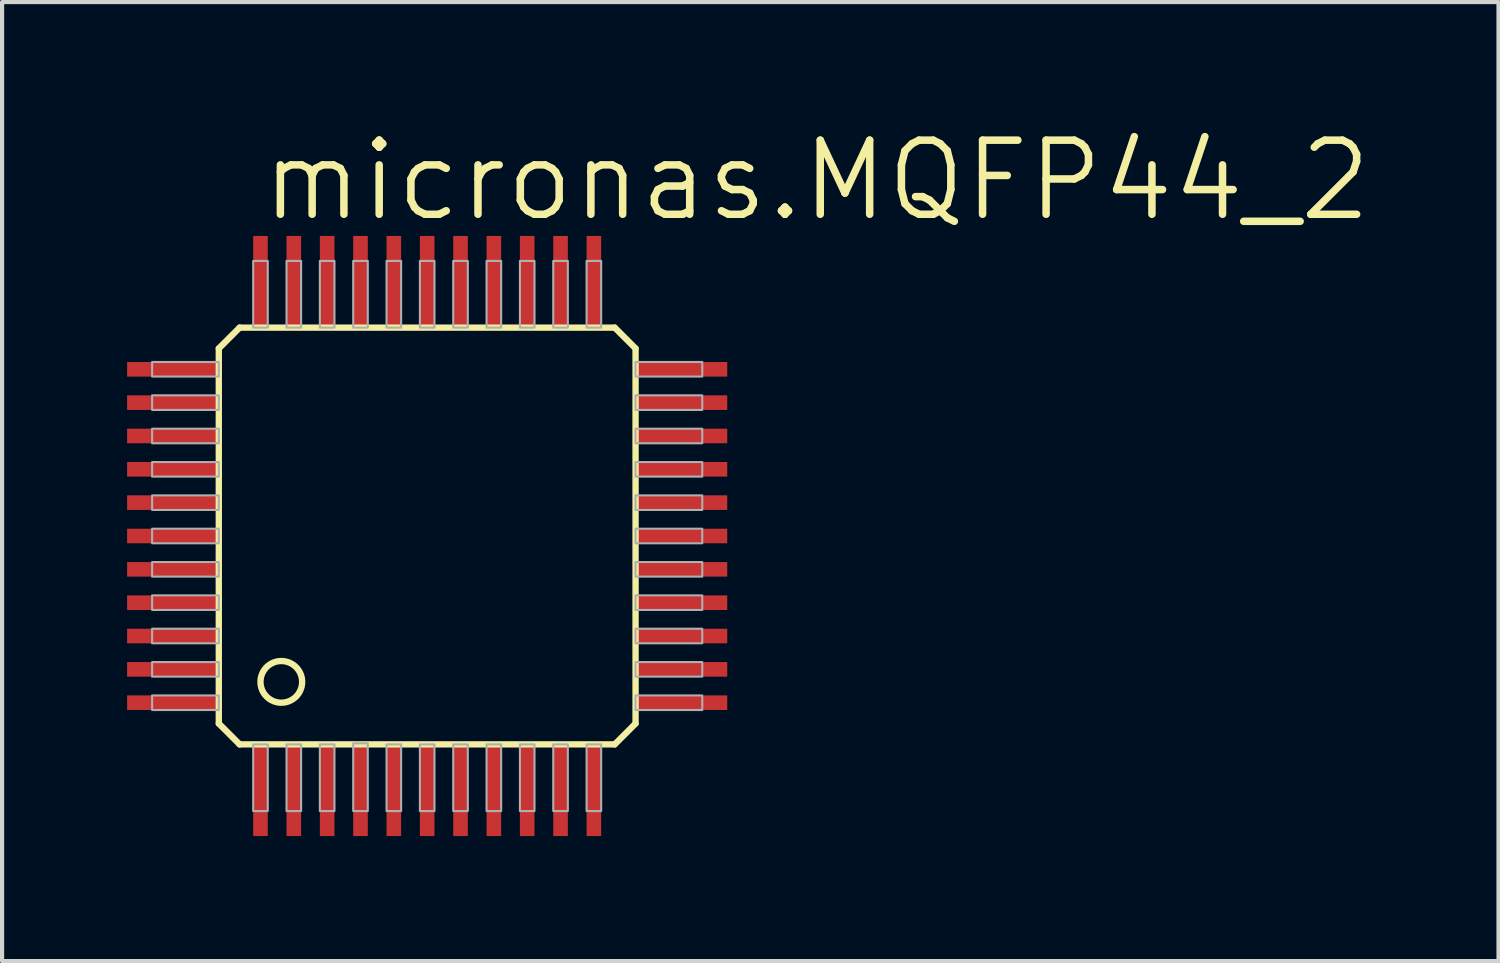
<source format=kicad_pcb>
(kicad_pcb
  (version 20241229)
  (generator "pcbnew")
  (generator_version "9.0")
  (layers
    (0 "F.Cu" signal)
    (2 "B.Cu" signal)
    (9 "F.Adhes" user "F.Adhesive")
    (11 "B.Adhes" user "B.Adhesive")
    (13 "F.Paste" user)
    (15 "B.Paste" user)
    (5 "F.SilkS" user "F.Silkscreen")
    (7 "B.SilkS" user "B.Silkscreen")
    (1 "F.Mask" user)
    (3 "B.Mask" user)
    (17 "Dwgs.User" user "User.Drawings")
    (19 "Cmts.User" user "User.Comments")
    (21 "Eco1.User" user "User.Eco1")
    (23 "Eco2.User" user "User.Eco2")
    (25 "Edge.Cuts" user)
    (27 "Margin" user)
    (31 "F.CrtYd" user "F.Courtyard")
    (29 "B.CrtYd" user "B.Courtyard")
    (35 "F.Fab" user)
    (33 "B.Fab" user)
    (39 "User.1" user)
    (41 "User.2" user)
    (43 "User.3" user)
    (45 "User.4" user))
  (footprint "micronas.MQFP44_2"
    (layer "F.Cu")
    (at 7.2 9.811)
    (property "Reference" "micronas.MQFP44_2" (at -4.064 -7.493 0) (layer "F.SilkS") (effects (font (size 1.778 1.778) (thickness 0.18)) (justify left bottom)))
    (attr smd)
    (fp_line (start -5 -4.5) (end -5 4.5) (stroke (width 0.152) (type default)) (layer "F.SilkS"))
    (fp_line (start -5 4.5) (end -4.5 5) (stroke (width 0.152) (type default)) (layer "F.SilkS"))
    (fp_line (start -4.5 -5) (end -5 -4.5) (stroke (width 0.152) (type default)) (layer "F.SilkS"))
    (fp_line (start -4.5 5) (end 4.5 5) (stroke (width 0.152) (type default)) (layer "F.SilkS"))
    (fp_line (start 4.5 -5) (end -4.5 -5) (stroke (width 0.152) (type default)) (layer "F.SilkS"))
    (fp_line (start 4.5 5) (end 5 4.5) (stroke (width 0.152) (type default)) (layer "F.SilkS"))
    (fp_line (start 5 -4.5) (end 4.5 -5) (stroke (width 0.152) (type default)) (layer "F.SilkS"))
    (fp_line (start 5 4.5) (end 5 -4.5) (stroke (width 0.152) (type default)) (layer "F.SilkS"))
    (fp_circle (center -3.5 3.5) (end -3 3.5) (stroke (width 0.152) (type default)) (fill no) (layer "F.SilkS"))
    (fp_rect (start -6.6 -3.825) (end -5 -4.175) (stroke (width 0.05) (type default)) (fill no) (layer "F.Fab"))
    (fp_rect (start -6.6 -3.025) (end -5 -3.375) (stroke (width 0.05) (type default)) (fill no) (layer "F.Fab"))
    (fp_rect (start -6.6 -2.225) (end -5 -2.575) (stroke (width 0.05) (type default)) (fill no) (layer "F.Fab"))
    (fp_rect (start -6.6 -1.425) (end -5 -1.775) (stroke (width 0.05) (type default)) (fill no) (layer "F.Fab"))
    (fp_rect (start -6.6 -0.625) (end -5 -0.975) (stroke (width 0.05) (type default)) (fill no) (layer "F.Fab"))
    (fp_rect (start -6.6 0.175) (end -5 -0.175) (stroke (width 0.05) (type default)) (fill no) (layer "F.Fab"))
    (fp_rect (start -6.6 0.975) (end -5 0.625) (stroke (width 0.05) (type default)) (fill no) (layer "F.Fab"))
    (fp_rect (start -6.6 1.775) (end -5 1.425) (stroke (width 0.05) (type default)) (fill no) (layer "F.Fab"))
    (fp_rect (start -6.6 2.575) (end -5 2.225) (stroke (width 0.05) (type default)) (fill no) (layer "F.Fab"))
    (fp_rect (start -6.6 3.375) (end -5 3.025) (stroke (width 0.05) (type default)) (fill no) (layer "F.Fab"))
    (fp_rect (start -6.6 4.175) (end -5 3.825) (stroke (width 0.05) (type default)) (fill no) (layer "F.Fab"))
    (fp_rect (start -4.175 -5) (end -3.825 -6.6) (stroke (width 0.05) (type default)) (fill no) (layer "F.Fab"))
    (fp_rect (start -4.175 6.6) (end -3.825 5) (stroke (width 0.05) (type default)) (fill no) (layer "F.Fab"))
    (fp_rect (start -3.375 -5) (end -3.025 -6.6) (stroke (width 0.05) (type default)) (fill no) (layer "F.Fab"))
    (fp_rect (start -3.375 6.6) (end -3.025 5) (stroke (width 0.05) (type default)) (fill no) (layer "F.Fab"))
    (fp_rect (start -2.575 -5) (end -2.225 -6.6) (stroke (width 0.05) (type default)) (fill no) (layer "F.Fab"))
    (fp_rect (start -2.575 6.6) (end -2.225 5) (stroke (width 0.05) (type default)) (fill no) (layer "F.Fab"))
    (fp_rect (start -1.775 -5) (end -1.425 -6.6) (stroke (width 0.05) (type default)) (fill no) (layer "F.Fab"))
    (fp_rect (start -1.775 6.6) (end -1.425 4.975) (stroke (width 0.05) (type default)) (fill no) (layer "F.Fab"))
    (fp_rect (start -0.975 -5) (end -0.625 -6.6) (stroke (width 0.05) (type default)) (fill no) (layer "F.Fab"))
    (fp_rect (start -0.975 6.6) (end -0.625 5) (stroke (width 0.05) (type default)) (fill no) (layer "F.Fab"))
    (fp_rect (start -0.175 -5) (end 0.175 -6.6) (stroke (width 0.05) (type default)) (fill no) (layer "F.Fab"))
    (fp_rect (start -0.175 6.6) (end 0.175 5) (stroke (width 0.05) (type default)) (fill no) (layer "F.Fab"))
    (fp_rect (start 0.625 -5) (end 0.975 -6.6) (stroke (width 0.05) (type default)) (fill no) (layer "F.Fab"))
    (fp_rect (start 0.625 6.6) (end 0.975 5) (stroke (width 0.05) (type default)) (fill no) (layer "F.Fab"))
    (fp_rect (start 1.425 -5) (end 1.775 -6.6) (stroke (width 0.05) (type default)) (fill no) (layer "F.Fab"))
    (fp_rect (start 1.425 6.6) (end 1.775 5) (stroke (width 0.05) (type default)) (fill no) (layer "F.Fab"))
    (fp_rect (start 2.225 -5) (end 2.575 -6.6) (stroke (width 0.05) (type default)) (fill no) (layer "F.Fab"))
    (fp_rect (start 2.225 6.6) (end 2.575 5) (stroke (width 0.05) (type default)) (fill no) (layer "F.Fab"))
    (fp_rect (start 3.025 -5) (end 3.375 -6.6) (stroke (width 0.05) (type default)) (fill no) (layer "F.Fab"))
    (fp_rect (start 3.025 6.6) (end 3.375 5) (stroke (width 0.05) (type default)) (fill no) (layer "F.Fab"))
    (fp_rect (start 3.825 -5) (end 4.175 -6.6) (stroke (width 0.05) (type default)) (fill no) (layer "F.Fab"))
    (fp_rect (start 3.825 6.6) (end 4.175 5) (stroke (width 0.05) (type default)) (fill no) (layer "F.Fab"))
    (fp_rect (start 5 -3.825) (end 6.6 -4.175) (stroke (width 0.05) (type default)) (fill no) (layer "F.Fab"))
    (fp_rect (start 5 -3.025) (end 6.6 -3.375) (stroke (width 0.05) (type default)) (fill no) (layer "F.Fab"))
    (fp_rect (start 5 -2.225) (end 6.6 -2.575) (stroke (width 0.05) (type default)) (fill no) (layer "F.Fab"))
    (fp_rect (start 5 -1.425) (end 6.6 -1.775) (stroke (width 0.05) (type default)) (fill no) (layer "F.Fab"))
    (fp_rect (start 5 -0.625) (end 6.6 -0.975) (stroke (width 0.05) (type default)) (fill no) (layer "F.Fab"))
    (fp_rect (start 5 0.175) (end 6.6 -0.175) (stroke (width 0.05) (type default)) (fill no) (layer "F.Fab"))
    (fp_rect (start 5 0.975) (end 6.6 0.625) (stroke (width 0.05) (type default)) (fill no) (layer "F.Fab"))
    (fp_rect (start 5 1.775) (end 6.6 1.425) (stroke (width 0.05) (type default)) (fill no) (layer "F.Fab"))
    (fp_rect (start 5 2.575) (end 6.6 2.225) (stroke (width 0.05) (type default)) (fill no) (layer "F.Fab"))
    (fp_rect (start 5 3.375) (end 6.6 3.025) (stroke (width 0.05) (type default)) (fill no) (layer "F.Fab"))
    (fp_rect (start 5 4.175) (end 6.6 3.825) (stroke (width 0.05) (type default)) (fill no) (layer "F.Fab"))
    (pad "1" smd roundrect (at -4 6.1) (size 0.35 2.2) (layers "F.Cu" "F.Mask" "F.Paste") (roundrect_rratio 0.01))
    (pad "2" smd roundrect (at -3.2 6.1) (size 0.35 2.2) (layers "F.Cu" "F.Mask" "F.Paste") (roundrect_rratio 0.01))
    (pad "3" smd roundrect (at -2.4 6.1) (size 0.35 2.2) (layers "F.Cu" "F.Mask" "F.Paste") (roundrect_rratio 0.01))
    (pad "4" smd roundrect (at -1.6 6.1) (size 0.35 2.2) (layers "F.Cu" "F.Mask" "F.Paste") (roundrect_rratio 0.01))
    (pad "5" smd roundrect (at -0.8 6.1) (size 0.35 2.2) (layers "F.Cu" "F.Mask" "F.Paste") (roundrect_rratio 0.01))
    (pad "6" smd roundrect (at 0 6.1) (size 0.35 2.2) (layers "F.Cu" "F.Mask" "F.Paste") (roundrect_rratio 0.01))
    (pad "7" smd roundrect (at 0.8 6.1) (size 0.35 2.2) (layers "F.Cu" "F.Mask" "F.Paste") (roundrect_rratio 0.01))
    (pad "8" smd roundrect (at 1.6 6.1) (size 0.35 2.2) (layers "F.Cu" "F.Mask" "F.Paste") (roundrect_rratio 0.01))
    (pad "9" smd roundrect (at 2.4 6.1) (size 0.35 2.2) (layers "F.Cu" "F.Mask" "F.Paste") (roundrect_rratio 0.01))
    (pad "10" smd roundrect (at 3.2 6.1) (size 0.35 2.2) (layers "F.Cu" "F.Mask" "F.Paste") (roundrect_rratio 0.01))
    (pad "11" smd roundrect (at 4 6.1) (size 0.35 2.2) (layers "F.Cu" "F.Mask" "F.Paste") (roundrect_rratio 0.01))
    (pad "12" smd roundrect (at 6.1 4) (size 2.2 0.35) (layers "F.Cu" "F.Mask" "F.Paste") (roundrect_rratio 0.01))
    (pad "13" smd roundrect (at 6.1 3.2) (size 2.2 0.35) (layers "F.Cu" "F.Mask" "F.Paste") (roundrect_rratio 0.01))
    (pad "14" smd roundrect (at 6.1 2.4) (size 2.2 0.35) (layers "F.Cu" "F.Mask" "F.Paste") (roundrect_rratio 0.01))
    (pad "15" smd roundrect (at 6.1 1.6) (size 2.2 0.35) (layers "F.Cu" "F.Mask" "F.Paste") (roundrect_rratio 0.01))
    (pad "16" smd roundrect (at 6.1 0.8) (size 2.2 0.35) (layers "F.Cu" "F.Mask" "F.Paste") (roundrect_rratio 0.01))
    (pad "17" smd roundrect (at 6.1 0) (size 2.2 0.35) (layers "F.Cu" "F.Mask" "F.Paste") (roundrect_rratio 0.01))
    (pad "18" smd roundrect (at 6.1 -0.8) (size 2.2 0.35) (layers "F.Cu" "F.Mask" "F.Paste") (roundrect_rratio 0.01))
    (pad "19" smd roundrect (at 6.1 -1.6) (size 2.2 0.35) (layers "F.Cu" "F.Mask" "F.Paste") (roundrect_rratio 0.01))
    (pad "20" smd roundrect (at 6.1 -2.4) (size 2.2 0.35) (layers "F.Cu" "F.Mask" "F.Paste") (roundrect_rratio 0.01))
    (pad "21" smd roundrect (at 6.1 -3.2) (size 2.2 0.35) (layers "F.Cu" "F.Mask" "F.Paste") (roundrect_rratio 0.01))
    (pad "22" smd roundrect (at 6.1 -4) (size 2.2 0.35) (layers "F.Cu" "F.Mask" "F.Paste") (roundrect_rratio 0.01))
    (pad "23" smd roundrect (at 4 -6.1) (size 0.35 2.2) (layers "F.Cu" "F.Mask" "F.Paste") (roundrect_rratio 0.01))
    (pad "24" smd roundrect (at 3.2 -6.1) (size 0.35 2.2) (layers "F.Cu" "F.Mask" "F.Paste") (roundrect_rratio 0.01))
    (pad "25" smd roundrect (at 2.4 -6.1) (size 0.35 2.2) (layers "F.Cu" "F.Mask" "F.Paste") (roundrect_rratio 0.01))
    (pad "26" smd roundrect (at 1.6 -6.1) (size 0.35 2.2) (layers "F.Cu" "F.Mask" "F.Paste") (roundrect_rratio 0.01))
    (pad "27" smd roundrect (at 0.8 -6.1) (size 0.35 2.2) (layers "F.Cu" "F.Mask" "F.Paste") (roundrect_rratio 0.01))
    (pad "28" smd roundrect (at 0 -6.1) (size 0.35 2.2) (layers "F.Cu" "F.Mask" "F.Paste") (roundrect_rratio 0.01))
    (pad "29" smd roundrect (at -0.8 -6.1) (size 0.35 2.2) (layers "F.Cu" "F.Mask" "F.Paste") (roundrect_rratio 0.01))
    (pad "30" smd roundrect (at -1.6 -6.1) (size 0.35 2.2) (layers "F.Cu" "F.Mask" "F.Paste") (roundrect_rratio 0.01))
    (pad "31" smd roundrect (at -2.4 -6.1) (size 0.35 2.2) (layers "F.Cu" "F.Mask" "F.Paste") (roundrect_rratio 0.01))
    (pad "32" smd roundrect (at -3.2 -6.1) (size 0.35 2.2) (layers "F.Cu" "F.Mask" "F.Paste") (roundrect_rratio 0.01))
    (pad "33" smd roundrect (at -4 -6.1) (size 0.35 2.2) (layers "F.Cu" "F.Mask" "F.Paste") (roundrect_rratio 0.01))
    (pad "34" smd roundrect (at -6.1 -4) (size 2.2 0.35) (layers "F.Cu" "F.Mask" "F.Paste") (roundrect_rratio 0.01))
    (pad "35" smd roundrect (at -6.1 -3.2) (size 2.2 0.35) (layers "F.Cu" "F.Mask" "F.Paste") (roundrect_rratio 0.01))
    (pad "36" smd roundrect (at -6.1 -2.4) (size 2.2 0.35) (layers "F.Cu" "F.Mask" "F.Paste") (roundrect_rratio 0.01))
    (pad "37" smd roundrect (at -6.1 -1.6) (size 2.2 0.35) (layers "F.Cu" "F.Mask" "F.Paste") (roundrect_rratio 0.01))
    (pad "38" smd roundrect (at -6.1 -0.8) (size 2.2 0.35) (layers "F.Cu" "F.Mask" "F.Paste") (roundrect_rratio 0.01))
    (pad "39" smd roundrect (at -6.1 0) (size 2.2 0.35) (layers "F.Cu" "F.Mask" "F.Paste") (roundrect_rratio 0.01))
    (pad "40" smd roundrect (at -6.1 0.8) (size 2.2 0.35) (layers "F.Cu" "F.Mask" "F.Paste") (roundrect_rratio 0.01))
    (pad "41" smd roundrect (at -6.1 1.6) (size 2.2 0.35) (layers "F.Cu" "F.Mask" "F.Paste") (roundrect_rratio 0.01))
    (pad "42" smd roundrect (at -6.1 2.4) (size 2.2 0.35) (layers "F.Cu" "F.Mask" "F.Paste") (roundrect_rratio 0.01))
    (pad "43" smd roundrect (at -6.1 3.2) (size 2.2 0.35) (layers "F.Cu" "F.Mask" "F.Paste") (roundrect_rratio 0.01))
    (pad "44" smd roundrect (at -6.1 4) (size 2.2 0.35) (layers "F.Cu" "F.Mask" "F.Paste") (roundrect_rratio 0.01)))
  (gr_rect
    (start -3 -3)
    (end 32.906 20.011)
    (stroke (width 0.1) (type default))
    (fill no)
    (layer "Edge.Cuts")))
</source>
